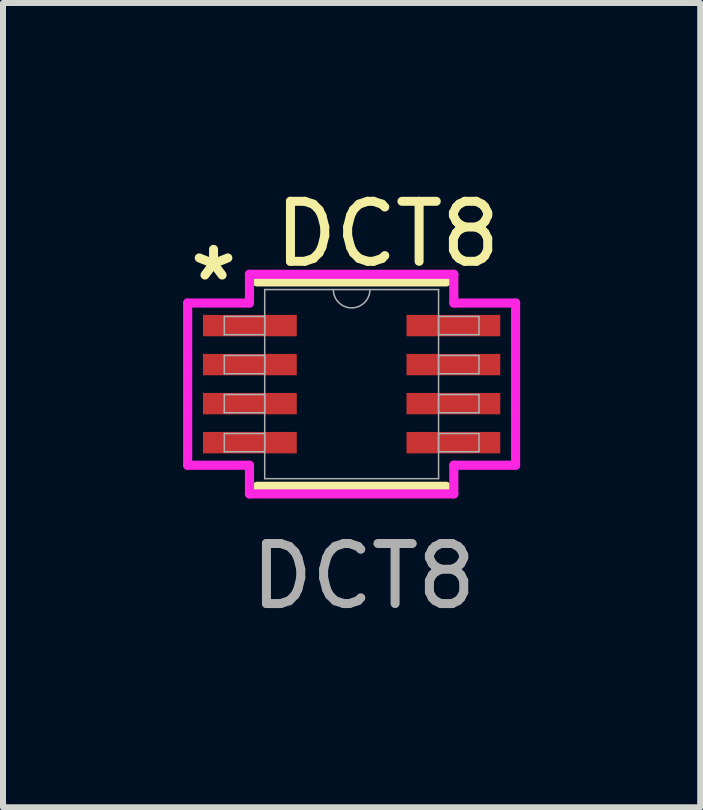
<source format=kicad_pcb>
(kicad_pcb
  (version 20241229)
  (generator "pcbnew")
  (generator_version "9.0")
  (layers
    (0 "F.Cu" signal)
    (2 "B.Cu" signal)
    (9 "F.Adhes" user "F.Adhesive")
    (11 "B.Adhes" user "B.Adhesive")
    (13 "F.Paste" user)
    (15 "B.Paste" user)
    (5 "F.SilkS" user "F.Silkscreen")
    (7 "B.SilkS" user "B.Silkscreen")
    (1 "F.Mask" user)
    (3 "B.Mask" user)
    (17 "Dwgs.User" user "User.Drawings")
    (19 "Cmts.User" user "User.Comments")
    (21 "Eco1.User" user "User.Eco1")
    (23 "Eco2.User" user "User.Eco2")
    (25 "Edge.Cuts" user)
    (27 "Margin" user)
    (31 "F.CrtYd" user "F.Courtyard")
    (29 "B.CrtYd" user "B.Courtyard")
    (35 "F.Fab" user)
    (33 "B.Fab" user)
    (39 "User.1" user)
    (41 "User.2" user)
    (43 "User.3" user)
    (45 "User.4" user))
  (footprint "DCT8"
    (layer "F.Cu")
    (at 2.807 3.348)
    (property "Reference" "DCT8" (at 0.6 -2.5 0) (unlocked yes) (layer "F.SilkS") (effects (font (size 1 1) (thickness 0.15))))
    (attr smd)
    (fp_line (start -1.575 1.702) (end 1.575 1.702) (stroke (width 0.152) (type solid)) (layer "F.SilkS"))
    (fp_line (start 1.575 -1.702) (end -1.575 -1.702) (stroke (width 0.152) (type solid)) (layer "F.SilkS"))
    (fp_line (start -2.731 -1.351) (end -1.702 -1.351) (stroke (width 0.152) (type solid)) (layer "F.CrtYd"))
    (fp_line (start -2.731 1.351) (end -2.731 -1.351) (stroke (width 0.152) (type solid)) (layer "F.CrtYd"))
    (fp_line (start -2.731 1.351) (end -1.702 1.351) (stroke (width 0.152) (type solid)) (layer "F.CrtYd"))
    (fp_line (start -1.702 -1.829) (end 1.702 -1.829) (stroke (width 0.152) (type solid)) (layer "F.CrtYd"))
    (fp_line (start -1.702 -1.351) (end -1.702 -1.829) (stroke (width 0.152) (type solid)) (layer "F.CrtYd"))
    (fp_line (start -1.702 1.829) (end -1.702 1.351) (stroke (width 0.152) (type solid)) (layer "F.CrtYd"))
    (fp_line (start 1.702 -1.829) (end 1.702 -1.351) (stroke (width 0.152) (type solid)) (layer "F.CrtYd"))
    (fp_line (start 1.702 1.351) (end 1.702 1.829) (stroke (width 0.152) (type solid)) (layer "F.CrtYd"))
    (fp_line (start 1.702 1.829) (end -1.702 1.829) (stroke (width 0.152) (type solid)) (layer "F.CrtYd"))
    (fp_line (start 2.731 -1.351) (end 1.702 -1.351) (stroke (width 0.152) (type solid)) (layer "F.CrtYd"))
    (fp_line (start 2.731 -1.351) (end 2.731 1.351) (stroke (width 0.152) (type solid)) (layer "F.CrtYd"))
    (fp_line (start 2.731 1.351) (end 1.702 1.351) (stroke (width 0.152) (type solid)) (layer "F.CrtYd"))
    (fp_line (start -2.121 -1.127) (end -2.121 -0.823) (stroke (width 0.025) (type solid)) (layer "F.Fab"))
    (fp_line (start -2.121 -0.823) (end -1.448 -0.823) (stroke (width 0.025) (type solid)) (layer "F.Fab"))
    (fp_line (start -2.121 -0.477) (end -2.121 -0.173) (stroke (width 0.025) (type solid)) (layer "F.Fab"))
    (fp_line (start -2.121 -0.173) (end -1.448 -0.173) (stroke (width 0.025) (type solid)) (layer "F.Fab"))
    (fp_line (start -2.121 0.173) (end -2.121 0.477) (stroke (width 0.025) (type solid)) (layer "F.Fab"))
    (fp_line (start -2.121 0.477) (end -1.448 0.477) (stroke (width 0.025) (type solid)) (layer "F.Fab"))
    (fp_line (start -2.121 0.823) (end -2.121 1.127) (stroke (width 0.025) (type solid)) (layer "F.Fab"))
    (fp_line (start -2.121 1.127) (end -1.448 1.127) (stroke (width 0.025) (type solid)) (layer "F.Fab"))
    (fp_line (start -1.448 -1.575) (end -1.448 1.575) (stroke (width 0.025) (type solid)) (layer "F.Fab"))
    (fp_line (start -1.448 -1.127) (end -2.121 -1.127) (stroke (width 0.025) (type solid)) (layer "F.Fab"))
    (fp_line (start -1.448 -0.823) (end -1.448 -1.127) (stroke (width 0.025) (type solid)) (layer "F.Fab"))
    (fp_line (start -1.448 -0.477) (end -2.121 -0.477) (stroke (width 0.025) (type solid)) (layer "F.Fab"))
    (fp_line (start -1.448 -0.173) (end -1.448 -0.477) (stroke (width 0.025) (type solid)) (layer "F.Fab"))
    (fp_line (start -1.448 0.173) (end -2.121 0.173) (stroke (width 0.025) (type solid)) (layer "F.Fab"))
    (fp_line (start -1.448 0.477) (end -1.448 0.173) (stroke (width 0.025) (type solid)) (layer "F.Fab"))
    (fp_line (start -1.448 0.823) (end -2.121 0.823) (stroke (width 0.025) (type solid)) (layer "F.Fab"))
    (fp_line (start -1.448 1.127) (end -1.448 0.823) (stroke (width 0.025) (type solid)) (layer "F.Fab"))
    (fp_line (start -1.448 1.575) (end 1.448 1.575) (stroke (width 0.025) (type solid)) (layer "F.Fab"))
    (fp_line (start 1.448 -1.575) (end -1.448 -1.575) (stroke (width 0.025) (type solid)) (layer "F.Fab"))
    (fp_line (start 1.448 -1.127) (end 1.448 -0.823) (stroke (width 0.025) (type solid)) (layer "F.Fab"))
    (fp_line (start 1.448 -0.823) (end 2.121 -0.823) (stroke (width 0.025) (type solid)) (layer "F.Fab"))
    (fp_line (start 1.448 -0.477) (end 1.448 -0.173) (stroke (width 0.025) (type solid)) (layer "F.Fab"))
    (fp_line (start 1.448 -0.173) (end 2.121 -0.173) (stroke (width 0.025) (type solid)) (layer "F.Fab"))
    (fp_line (start 1.448 0.173) (end 1.448 0.477) (stroke (width 0.025) (type solid)) (layer "F.Fab"))
    (fp_line (start 1.448 0.477) (end 2.121 0.477) (stroke (width 0.025) (type solid)) (layer "F.Fab"))
    (fp_line (start 1.448 0.823) (end 1.448 1.127) (stroke (width 0.025) (type solid)) (layer "F.Fab"))
    (fp_line (start 1.448 1.127) (end 2.121 1.127) (stroke (width 0.025) (type solid)) (layer "F.Fab"))
    (fp_line (start 1.448 1.575) (end 1.448 -1.575) (stroke (width 0.025) (type solid)) (layer "F.Fab"))
    (fp_line (start 2.121 -1.127) (end 1.448 -1.127) (stroke (width 0.025) (type solid)) (layer "F.Fab"))
    (fp_line (start 2.121 -0.823) (end 2.121 -1.127) (stroke (width 0.025) (type solid)) (layer "F.Fab"))
    (fp_line (start 2.121 -0.477) (end 1.448 -0.477) (stroke (width 0.025) (type solid)) (layer "F.Fab"))
    (fp_line (start 2.121 -0.173) (end 2.121 -0.477) (stroke (width 0.025) (type solid)) (layer "F.Fab"))
    (fp_line (start 2.121 0.173) (end 1.448 0.173) (stroke (width 0.025) (type solid)) (layer "F.Fab"))
    (fp_line (start 2.121 0.477) (end 2.121 0.173) (stroke (width 0.025) (type solid)) (layer "F.Fab"))
    (fp_line (start 2.121 0.823) (end 1.448 0.823) (stroke (width 0.025) (type solid)) (layer "F.Fab"))
    (fp_line (start 2.121 1.127) (end 2.121 0.823) (stroke (width 0.025) (type solid)) (layer "F.Fab"))
    (fp_arc (start 0.3048 -1.5748) (mid 0 -1.27) (end -0.3048 -1.5748) (stroke (width 0.0254) (type solid)) (layer "F.Fab"))
    (fp_text user "*" (at -2.3 -1.7 0) (layer "F.SilkS") (effects (font (size 1 1) (thickness 0.15))))
    (fp_text user "${REFERENCE}" (at 0.2 3.2 0) (unlocked yes) (layer "F.Fab") (effects (font (size 1 1) (thickness 0.15))))
    (pad "1" smd rect (at -1.695 -0.975) (size 1.562 0.356) (layers "F.Cu" "F.Mask" "F.Paste"))
    (pad "2" smd rect (at -1.695 -0.325) (size 1.562 0.356) (layers "F.Cu" "F.Mask" "F.Paste"))
    (pad "3" smd rect (at -1.695 0.325) (size 1.562 0.356) (layers "F.Cu" "F.Mask" "F.Paste"))
    (pad "4" smd rect (at -1.695 0.975) (size 1.562 0.356) (layers "F.Cu" "F.Mask" "F.Paste"))
    (pad "5" smd rect (at 1.695 0.975) (size 1.562 0.356) (layers "F.Cu" "F.Mask" "F.Paste"))
    (pad "6" smd rect (at 1.695 0.325) (size 1.562 0.356) (layers "F.Cu" "F.Mask" "F.Paste"))
    (pad "7" smd rect (at 1.695 -0.325) (size 1.562 0.356) (layers "F.Cu" "F.Mask" "F.Paste"))
    (pad "8" smd rect (at 1.695 -0.975) (size 1.562 0.356) (layers "F.Cu" "F.Mask" "F.Paste")))
  (gr_rect
    (start -3 -3)
    (end 8.613 10.396)
    (stroke (width 0.1) (type default))
    (fill no)
    (layer "Edge.Cuts")))
</source>
